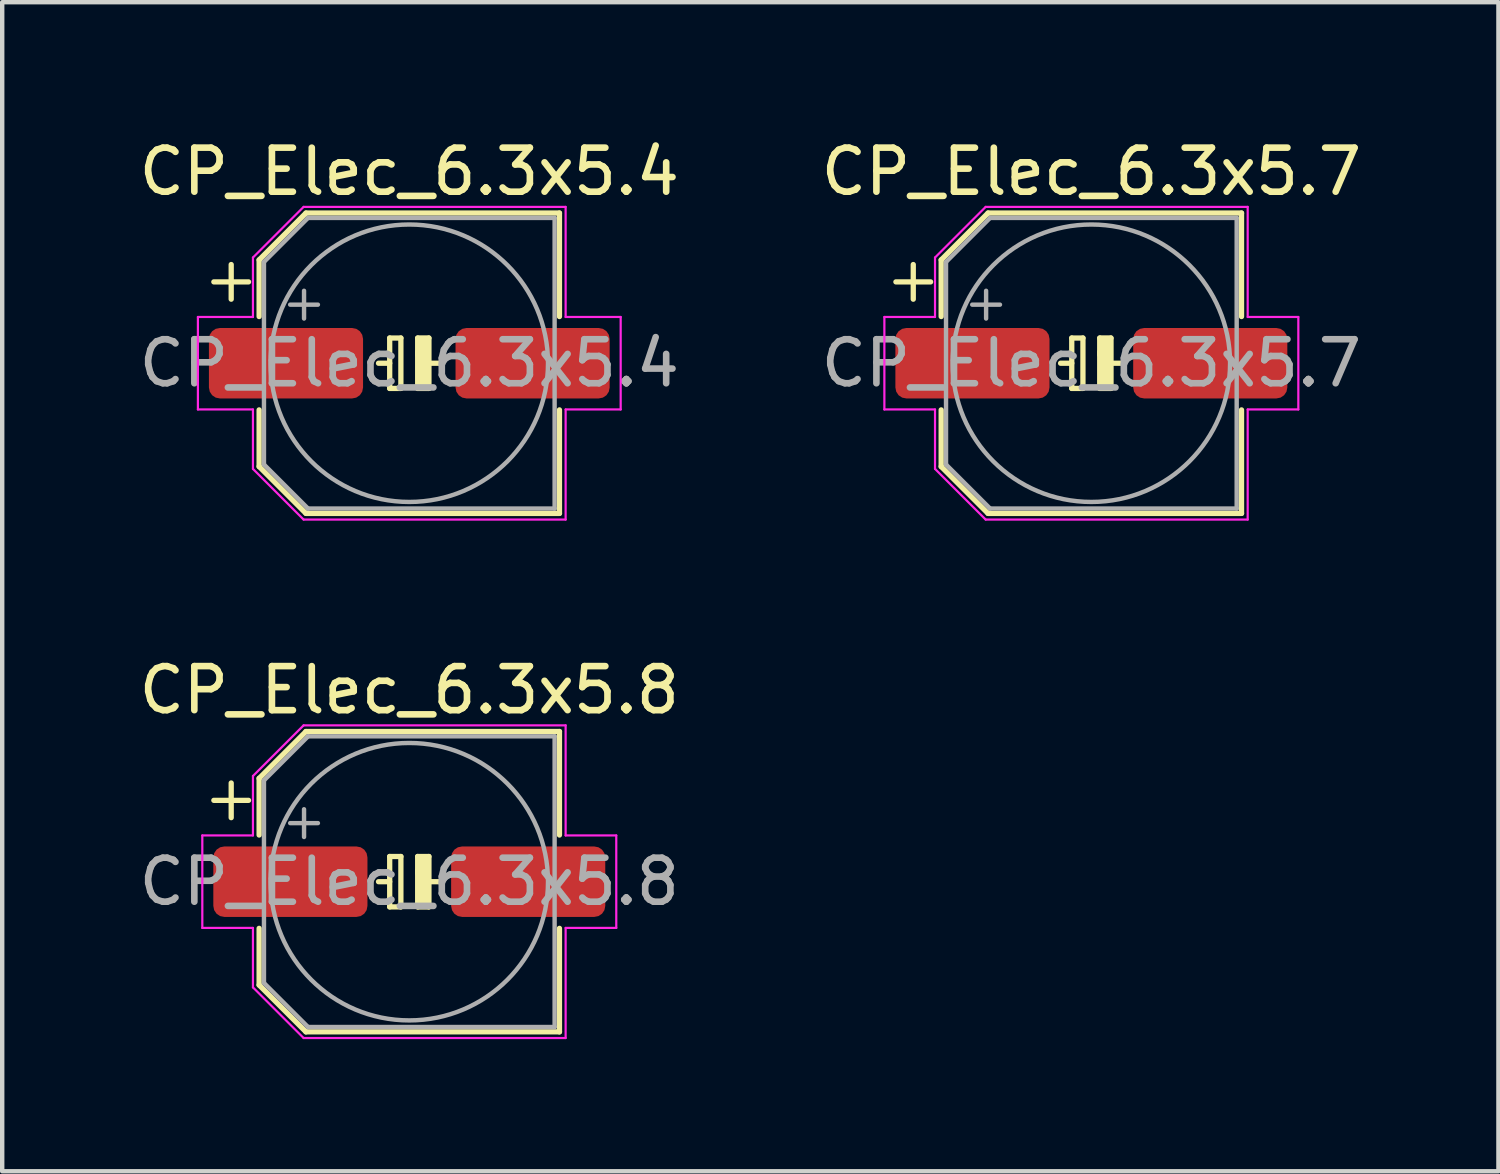
<source format=kicad_pcb>
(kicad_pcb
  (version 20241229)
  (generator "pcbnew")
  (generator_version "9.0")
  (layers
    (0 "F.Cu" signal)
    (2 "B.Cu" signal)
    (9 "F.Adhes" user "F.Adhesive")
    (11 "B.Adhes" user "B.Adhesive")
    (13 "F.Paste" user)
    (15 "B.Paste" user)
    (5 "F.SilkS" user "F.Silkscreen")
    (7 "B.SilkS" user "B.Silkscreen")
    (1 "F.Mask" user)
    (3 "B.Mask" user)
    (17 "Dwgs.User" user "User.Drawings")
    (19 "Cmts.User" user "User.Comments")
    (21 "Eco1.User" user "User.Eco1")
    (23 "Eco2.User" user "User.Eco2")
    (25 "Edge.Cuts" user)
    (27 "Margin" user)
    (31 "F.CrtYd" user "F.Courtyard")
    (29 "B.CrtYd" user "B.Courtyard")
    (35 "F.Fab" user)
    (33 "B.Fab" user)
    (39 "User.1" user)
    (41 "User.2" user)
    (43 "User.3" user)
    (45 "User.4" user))
  (footprint "CP_Elec_6.3x5.8"
    (layer "F.Cu")
    (at 6.244 16.971)
    (property "Reference" "CP_Elec_6.3x5.8" (at 0 -4.35 0) (layer "F.SilkS") (effects (font (size 1 1) (thickness 0.15))))
    (attr smd)
    (fp_line (start -4.438 -1.847) (end -3.65 -1.847) (stroke (width 0.12) (type solid)) (layer "F.SilkS"))
    (fp_line (start -4.044 -2.241) (end -4.044 -1.454) (stroke (width 0.12) (type solid)) (layer "F.SilkS"))
    (fp_line (start -3.41 -2.346) (end -3.41 -1.06) (stroke (width 0.12) (type solid)) (layer "F.SilkS"))
    (fp_line (start -3.41 -2.346) (end -2.346 -3.41) (stroke (width 0.12) (type solid)) (layer "F.SilkS"))
    (fp_line (start -3.41 2.346) (end -3.41 1.06) (stroke (width 0.12) (type solid)) (layer "F.SilkS"))
    (fp_line (start -3.41 2.346) (end -2.346 3.41) (stroke (width 0.12) (type solid)) (layer "F.SilkS"))
    (fp_line (start -2.346 -3.41) (end 3.41 -3.41) (stroke (width 0.12) (type solid)) (layer "F.SilkS"))
    (fp_line (start -2.346 3.41) (end 3.41 3.41) (stroke (width 0.12) (type solid)) (layer "F.SilkS"))
    (fp_line (start -0.445 -0.572) (end -0.191 -0.572) (stroke (width 0.12) (type solid)) (layer "F.SilkS"))
    (fp_line (start -0.445 0) (end -0.699 0) (stroke (width 0.12) (type solid)) (layer "F.SilkS"))
    (fp_line (start -0.445 0.572) (end -0.445 -0.572) (stroke (width 0.12) (type solid)) (layer "F.SilkS"))
    (fp_line (start -0.191 -0.572) (end -0.191 0.572) (stroke (width 0.12) (type solid)) (layer "F.SilkS"))
    (fp_line (start -0.191 0.572) (end -0.445 0.572) (stroke (width 0.12) (type solid)) (layer "F.SilkS"))
    (fp_line (start 0.191 -0.572) (end 0.191 -0.191) (stroke (width 0.12) (type solid)) (layer "F.SilkS"))
    (fp_line (start 0.191 -0.572) (end 0.445 -0.572) (stroke (width 0.12) (type solid)) (layer "F.SilkS"))
    (fp_line (start 0.191 -0.254) (end 0.191 0.572) (stroke (width 0.12) (type solid)) (layer "F.SilkS"))
    (fp_line (start 0.445 0) (end 0.699 0) (stroke (width 0.12) (type solid)) (layer "F.SilkS"))
    (fp_line (start 0.445 0.572) (end 0.191 0.572) (stroke (width 0.12) (type solid)) (layer "F.SilkS"))
    (fp_line (start 0.445 0.572) (end 0.445 -0.572) (stroke (width 0.12) (type solid)) (layer "F.SilkS"))
    (fp_line (start 3.41 -3.41) (end 3.41 -1.06) (stroke (width 0.12) (type solid)) (layer "F.SilkS"))
    (fp_line (start 3.41 3.41) (end 3.41 1.06) (stroke (width 0.12) (type solid)) (layer "F.SilkS"))
    (fp_poly (pts (xy 0.445 0.572) (xy 0.191 0.572) (xy 0.191 -0.572) (xy 0.445 -0.572)) (stroke (width 0.1) (type solid)) (fill yes) (layer "F.SilkS"))
    (fp_line (start -4.7 -1.05) (end -4.7 1.05) (stroke (width 0.05) (type solid)) (layer "F.CrtYd"))
    (fp_line (start -4.7 1.05) (end -3.55 1.05) (stroke (width 0.05) (type solid)) (layer "F.CrtYd"))
    (fp_line (start -3.55 -2.4) (end -3.55 -1.05) (stroke (width 0.05) (type solid)) (layer "F.CrtYd"))
    (fp_line (start -3.55 -2.4) (end -2.4 -3.55) (stroke (width 0.05) (type solid)) (layer "F.CrtYd"))
    (fp_line (start -3.55 -1.05) (end -4.7 -1.05) (stroke (width 0.05) (type solid)) (layer "F.CrtYd"))
    (fp_line (start -3.55 1.05) (end -3.55 2.4) (stroke (width 0.05) (type solid)) (layer "F.CrtYd"))
    (fp_line (start -3.55 2.4) (end -2.4 3.55) (stroke (width 0.05) (type solid)) (layer "F.CrtYd"))
    (fp_line (start -2.4 -3.55) (end 3.55 -3.55) (stroke (width 0.05) (type solid)) (layer "F.CrtYd"))
    (fp_line (start -2.4 3.55) (end 3.55 3.55) (stroke (width 0.05) (type solid)) (layer "F.CrtYd"))
    (fp_line (start 3.55 -3.55) (end 3.55 -1.05) (stroke (width 0.05) (type solid)) (layer "F.CrtYd"))
    (fp_line (start 3.55 -1.05) (end 4.7 -1.05) (stroke (width 0.05) (type solid)) (layer "F.CrtYd"))
    (fp_line (start 3.55 1.05) (end 3.55 3.55) (stroke (width 0.05) (type solid)) (layer "F.CrtYd"))
    (fp_line (start 4.7 -1.05) (end 4.7 1.05) (stroke (width 0.05) (type solid)) (layer "F.CrtYd"))
    (fp_line (start 4.7 1.05) (end 3.55 1.05) (stroke (width 0.05) (type solid)) (layer "F.CrtYd"))
    (fp_line (start -3.3 -2.3) (end -3.3 2.3) (stroke (width 0.1) (type solid)) (layer "F.Fab"))
    (fp_line (start -3.3 -2.3) (end -2.3 -3.3) (stroke (width 0.1) (type solid)) (layer "F.Fab"))
    (fp_line (start -3.3 2.3) (end -2.3 3.3) (stroke (width 0.1) (type solid)) (layer "F.Fab"))
    (fp_line (start -2.705 -1.33) (end -2.075 -1.33) (stroke (width 0.1) (type solid)) (layer "F.Fab"))
    (fp_line (start -2.39 -1.645) (end -2.39 -1.015) (stroke (width 0.1) (type solid)) (layer "F.Fab"))
    (fp_line (start -2.3 -3.3) (end 3.3 -3.3) (stroke (width 0.1) (type solid)) (layer "F.Fab"))
    (fp_line (start -2.3 3.3) (end 3.3 3.3) (stroke (width 0.1) (type solid)) (layer "F.Fab"))
    (fp_line (start 3.3 -3.3) (end 3.3 3.3) (stroke (width 0.1) (type solid)) (layer "F.Fab"))
    (fp_circle (center 0 0) (end 3.15 0) (stroke (width 0.1) (type solid)) (fill no) (layer "F.Fab"))
    (fp_text user "${REFERENCE}" (at 0 0 0) (layer "F.Fab") (effects (font (size 1 1) (thickness 0.15))))
    (pad "1" smd roundrect (at -2.7 0) (size 3.5 1.6) (layers "F.Cu" "F.Mask" "F.Paste") (roundrect_rratio 0.156))
    (pad "2" smd roundrect (at 2.7 0) (size 3.5 1.6) (layers "F.Cu" "F.Mask" "F.Paste") (roundrect_rratio 0.156)))
  (footprint "CP_Elec_6.3x5.7"
    (layer "F.Cu")
    (at 21.732 5.198)
    (property "Reference" "CP_Elec_6.3x5.7" (at 0 -4.35 0) (layer "F.SilkS") (effects (font (size 1 1) (thickness 0.15))))
    (attr smd)
    (fp_line (start -4.438 -1.847) (end -3.65 -1.847) (stroke (width 0.12) (type solid)) (layer "F.SilkS"))
    (fp_line (start -4.044 -2.241) (end -4.044 -1.454) (stroke (width 0.12) (type solid)) (layer "F.SilkS"))
    (fp_line (start -3.41 -2.346) (end -3.41 -1.06) (stroke (width 0.12) (type solid)) (layer "F.SilkS"))
    (fp_line (start -3.41 -2.346) (end -2.346 -3.41) (stroke (width 0.12) (type solid)) (layer "F.SilkS"))
    (fp_line (start -3.41 2.346) (end -3.41 1.06) (stroke (width 0.12) (type solid)) (layer "F.SilkS"))
    (fp_line (start -3.41 2.346) (end -2.346 3.41) (stroke (width 0.12) (type solid)) (layer "F.SilkS"))
    (fp_line (start -2.346 -3.41) (end 3.41 -3.41) (stroke (width 0.12) (type solid)) (layer "F.SilkS"))
    (fp_line (start -2.346 3.41) (end 3.41 3.41) (stroke (width 0.12) (type solid)) (layer "F.SilkS"))
    (fp_line (start -0.445 -0.572) (end -0.191 -0.572) (stroke (width 0.12) (type solid)) (layer "F.SilkS"))
    (fp_line (start -0.445 0) (end -0.699 0) (stroke (width 0.12) (type solid)) (layer "F.SilkS"))
    (fp_line (start -0.445 0.572) (end -0.445 -0.572) (stroke (width 0.12) (type solid)) (layer "F.SilkS"))
    (fp_line (start -0.191 -0.572) (end -0.191 0.572) (stroke (width 0.12) (type solid)) (layer "F.SilkS"))
    (fp_line (start -0.191 0.572) (end -0.445 0.572) (stroke (width 0.12) (type solid)) (layer "F.SilkS"))
    (fp_line (start 0.191 -0.572) (end 0.191 -0.191) (stroke (width 0.12) (type solid)) (layer "F.SilkS"))
    (fp_line (start 0.191 -0.572) (end 0.445 -0.572) (stroke (width 0.12) (type solid)) (layer "F.SilkS"))
    (fp_line (start 0.191 -0.254) (end 0.191 0.572) (stroke (width 0.12) (type solid)) (layer "F.SilkS"))
    (fp_line (start 0.445 0) (end 0.699 0) (stroke (width 0.12) (type solid)) (layer "F.SilkS"))
    (fp_line (start 0.445 0.572) (end 0.191 0.572) (stroke (width 0.12) (type solid)) (layer "F.SilkS"))
    (fp_line (start 0.445 0.572) (end 0.445 -0.572) (stroke (width 0.12) (type solid)) (layer "F.SilkS"))
    (fp_line (start 3.41 -3.41) (end 3.41 -1.06) (stroke (width 0.12) (type solid)) (layer "F.SilkS"))
    (fp_line (start 3.41 3.41) (end 3.41 1.06) (stroke (width 0.12) (type solid)) (layer "F.SilkS"))
    (fp_poly (pts (xy 0.445 0.572) (xy 0.191 0.572) (xy 0.191 -0.572) (xy 0.445 -0.572)) (stroke (width 0.1) (type solid)) (fill yes) (layer "F.SilkS"))
    (fp_line (start -4.7 -1.05) (end -4.7 1.05) (stroke (width 0.05) (type solid)) (layer "F.CrtYd"))
    (fp_line (start -4.7 1.05) (end -3.55 1.05) (stroke (width 0.05) (type solid)) (layer "F.CrtYd"))
    (fp_line (start -3.55 -2.4) (end -3.55 -1.05) (stroke (width 0.05) (type solid)) (layer "F.CrtYd"))
    (fp_line (start -3.55 -2.4) (end -2.4 -3.55) (stroke (width 0.05) (type solid)) (layer "F.CrtYd"))
    (fp_line (start -3.55 -1.05) (end -4.7 -1.05) (stroke (width 0.05) (type solid)) (layer "F.CrtYd"))
    (fp_line (start -3.55 1.05) (end -3.55 2.4) (stroke (width 0.05) (type solid)) (layer "F.CrtYd"))
    (fp_line (start -3.55 2.4) (end -2.4 3.55) (stroke (width 0.05) (type solid)) (layer "F.CrtYd"))
    (fp_line (start -2.4 -3.55) (end 3.55 -3.55) (stroke (width 0.05) (type solid)) (layer "F.CrtYd"))
    (fp_line (start -2.4 3.55) (end 3.55 3.55) (stroke (width 0.05) (type solid)) (layer "F.CrtYd"))
    (fp_line (start 3.55 -3.55) (end 3.55 -1.05) (stroke (width 0.05) (type solid)) (layer "F.CrtYd"))
    (fp_line (start 3.55 -1.05) (end 4.7 -1.05) (stroke (width 0.05) (type solid)) (layer "F.CrtYd"))
    (fp_line (start 3.55 1.05) (end 3.55 3.55) (stroke (width 0.05) (type solid)) (layer "F.CrtYd"))
    (fp_line (start 4.7 -1.05) (end 4.7 1.05) (stroke (width 0.05) (type solid)) (layer "F.CrtYd"))
    (fp_line (start 4.7 1.05) (end 3.55 1.05) (stroke (width 0.05) (type solid)) (layer "F.CrtYd"))
    (fp_line (start -3.3 -2.3) (end -3.3 2.3) (stroke (width 0.1) (type solid)) (layer "F.Fab"))
    (fp_line (start -3.3 -2.3) (end -2.3 -3.3) (stroke (width 0.1) (type solid)) (layer "F.Fab"))
    (fp_line (start -3.3 2.3) (end -2.3 3.3) (stroke (width 0.1) (type solid)) (layer "F.Fab"))
    (fp_line (start -2.705 -1.33) (end -2.075 -1.33) (stroke (width 0.1) (type solid)) (layer "F.Fab"))
    (fp_line (start -2.39 -1.645) (end -2.39 -1.015) (stroke (width 0.1) (type solid)) (layer "F.Fab"))
    (fp_line (start -2.3 -3.3) (end 3.3 -3.3) (stroke (width 0.1) (type solid)) (layer "F.Fab"))
    (fp_line (start -2.3 3.3) (end 3.3 3.3) (stroke (width 0.1) (type solid)) (layer "F.Fab"))
    (fp_line (start 3.3 -3.3) (end 3.3 3.3) (stroke (width 0.1) (type solid)) (layer "F.Fab"))
    (fp_circle (center 0 0) (end 3.15 0) (stroke (width 0.1) (type solid)) (fill no) (layer "F.Fab"))
    (fp_text user "${REFERENCE}" (at 0 0 0) (layer "F.Fab") (effects (font (size 1 1) (thickness 0.15))))
    (pad "1" smd roundrect (at -2.7 0) (size 3.5 1.6) (layers "F.Cu" "F.Mask" "F.Paste") (roundrect_rratio 0.156))
    (pad "2" smd roundrect (at 2.7 0) (size 3.5 1.6) (layers "F.Cu" "F.Mask" "F.Paste") (roundrect_rratio 0.156)))
  (footprint "CP_Elec_6.3x5.4"
    (layer "F.Cu")
    (at 6.244 5.198)
    (property "Reference" "CP_Elec_6.3x5.4" (at 0 -4.35 0) (layer "F.SilkS") (effects (font (size 1 1) (thickness 0.15))))
    (attr smd)
    (fp_line (start -4.438 -1.847) (end -3.65 -1.847) (stroke (width 0.12) (type solid)) (layer "F.SilkS"))
    (fp_line (start -4.044 -2.241) (end -4.044 -1.454) (stroke (width 0.12) (type solid)) (layer "F.SilkS"))
    (fp_line (start -3.41 -2.346) (end -3.41 -1.06) (stroke (width 0.12) (type solid)) (layer "F.SilkS"))
    (fp_line (start -3.41 -2.346) (end -2.346 -3.41) (stroke (width 0.12) (type solid)) (layer "F.SilkS"))
    (fp_line (start -3.41 2.346) (end -3.41 1.06) (stroke (width 0.12) (type solid)) (layer "F.SilkS"))
    (fp_line (start -3.41 2.346) (end -2.346 3.41) (stroke (width 0.12) (type solid)) (layer "F.SilkS"))
    (fp_line (start -2.346 -3.41) (end 3.41 -3.41) (stroke (width 0.12) (type solid)) (layer "F.SilkS"))
    (fp_line (start -2.346 3.41) (end 3.41 3.41) (stroke (width 0.12) (type solid)) (layer "F.SilkS"))
    (fp_line (start -0.445 -0.572) (end -0.191 -0.572) (stroke (width 0.12) (type solid)) (layer "F.SilkS"))
    (fp_line (start -0.445 0) (end -0.699 0) (stroke (width 0.12) (type solid)) (layer "F.SilkS"))
    (fp_line (start -0.445 0.572) (end -0.445 -0.572) (stroke (width 0.12) (type solid)) (layer "F.SilkS"))
    (fp_line (start -0.191 -0.572) (end -0.191 0.572) (stroke (width 0.12) (type solid)) (layer "F.SilkS"))
    (fp_line (start -0.191 0.572) (end -0.445 0.572) (stroke (width 0.12) (type solid)) (layer "F.SilkS"))
    (fp_line (start 0.191 -0.572) (end 0.191 -0.191) (stroke (width 0.12) (type solid)) (layer "F.SilkS"))
    (fp_line (start 0.191 -0.572) (end 0.445 -0.572) (stroke (width 0.12) (type solid)) (layer "F.SilkS"))
    (fp_line (start 0.191 -0.254) (end 0.191 0.572) (stroke (width 0.12) (type solid)) (layer "F.SilkS"))
    (fp_line (start 0.445 0) (end 0.699 0) (stroke (width 0.12) (type solid)) (layer "F.SilkS"))
    (fp_line (start 0.445 0.572) (end 0.191 0.572) (stroke (width 0.12) (type solid)) (layer "F.SilkS"))
    (fp_line (start 0.445 0.572) (end 0.445 -0.572) (stroke (width 0.12) (type solid)) (layer "F.SilkS"))
    (fp_line (start 3.41 -3.41) (end 3.41 -1.06) (stroke (width 0.12) (type solid)) (layer "F.SilkS"))
    (fp_line (start 3.41 3.41) (end 3.41 1.06) (stroke (width 0.12) (type solid)) (layer "F.SilkS"))
    (fp_poly (pts (xy 0.445 0.572) (xy 0.191 0.572) (xy 0.191 -0.572) (xy 0.445 -0.572)) (stroke (width 0.1) (type solid)) (fill yes) (layer "F.SilkS"))
    (fp_line (start -4.8 -1.05) (end -4.8 1.05) (stroke (width 0.05) (type solid)) (layer "F.CrtYd"))
    (fp_line (start -4.8 1.05) (end -3.55 1.05) (stroke (width 0.05) (type solid)) (layer "F.CrtYd"))
    (fp_line (start -3.55 -2.4) (end -3.55 -1.05) (stroke (width 0.05) (type solid)) (layer "F.CrtYd"))
    (fp_line (start -3.55 -2.4) (end -2.4 -3.55) (stroke (width 0.05) (type solid)) (layer "F.CrtYd"))
    (fp_line (start -3.55 -1.05) (end -4.8 -1.05) (stroke (width 0.05) (type solid)) (layer "F.CrtYd"))
    (fp_line (start -3.55 1.05) (end -3.55 2.4) (stroke (width 0.05) (type solid)) (layer "F.CrtYd"))
    (fp_line (start -3.55 2.4) (end -2.4 3.55) (stroke (width 0.05) (type solid)) (layer "F.CrtYd"))
    (fp_line (start -2.4 -3.55) (end 3.55 -3.55) (stroke (width 0.05) (type solid)) (layer "F.CrtYd"))
    (fp_line (start -2.4 3.55) (end 3.55 3.55) (stroke (width 0.05) (type solid)) (layer "F.CrtYd"))
    (fp_line (start 3.55 -3.55) (end 3.55 -1.05) (stroke (width 0.05) (type solid)) (layer "F.CrtYd"))
    (fp_line (start 3.55 -1.05) (end 4.8 -1.05) (stroke (width 0.05) (type solid)) (layer "F.CrtYd"))
    (fp_line (start 3.55 1.05) (end 3.55 3.55) (stroke (width 0.05) (type solid)) (layer "F.CrtYd"))
    (fp_line (start 4.8 -1.05) (end 4.8 1.05) (stroke (width 0.05) (type solid)) (layer "F.CrtYd"))
    (fp_line (start 4.8 1.05) (end 3.55 1.05) (stroke (width 0.05) (type solid)) (layer "F.CrtYd"))
    (fp_line (start -3.3 -2.3) (end -3.3 2.3) (stroke (width 0.1) (type solid)) (layer "F.Fab"))
    (fp_line (start -3.3 -2.3) (end -2.3 -3.3) (stroke (width 0.1) (type solid)) (layer "F.Fab"))
    (fp_line (start -3.3 2.3) (end -2.3 3.3) (stroke (width 0.1) (type solid)) (layer "F.Fab"))
    (fp_line (start -2.705 -1.33) (end -2.075 -1.33) (stroke (width 0.1) (type solid)) (layer "F.Fab"))
    (fp_line (start -2.39 -1.645) (end -2.39 -1.015) (stroke (width 0.1) (type solid)) (layer "F.Fab"))
    (fp_line (start -2.3 -3.3) (end 3.3 -3.3) (stroke (width 0.1) (type solid)) (layer "F.Fab"))
    (fp_line (start -2.3 3.3) (end 3.3 3.3) (stroke (width 0.1) (type solid)) (layer "F.Fab"))
    (fp_line (start 3.3 -3.3) (end 3.3 3.3) (stroke (width 0.1) (type solid)) (layer "F.Fab"))
    (fp_circle (center 0 0) (end 3.15 0) (stroke (width 0.1) (type solid)) (fill no) (layer "F.Fab"))
    (fp_text user "${REFERENCE}" (at 0 0 0) (layer "F.Fab") (effects (font (size 1 1) (thickness 0.15))))
    (pad "1" smd roundrect (at -2.8 0) (size 3.5 1.6) (layers "F.Cu" "F.Mask" "F.Paste") (roundrect_rratio 0.156))
    (pad "2" smd roundrect (at 2.8 0) (size 3.5 1.6) (layers "F.Cu" "F.Mask" "F.Paste") (roundrect_rratio 0.156)))
  (gr_rect
    (start -3 -3)
    (end 30.976 23.547)
    (stroke (width 0.1) (type default))
    (fill no)
    (layer "Edge.Cuts")))
</source>
